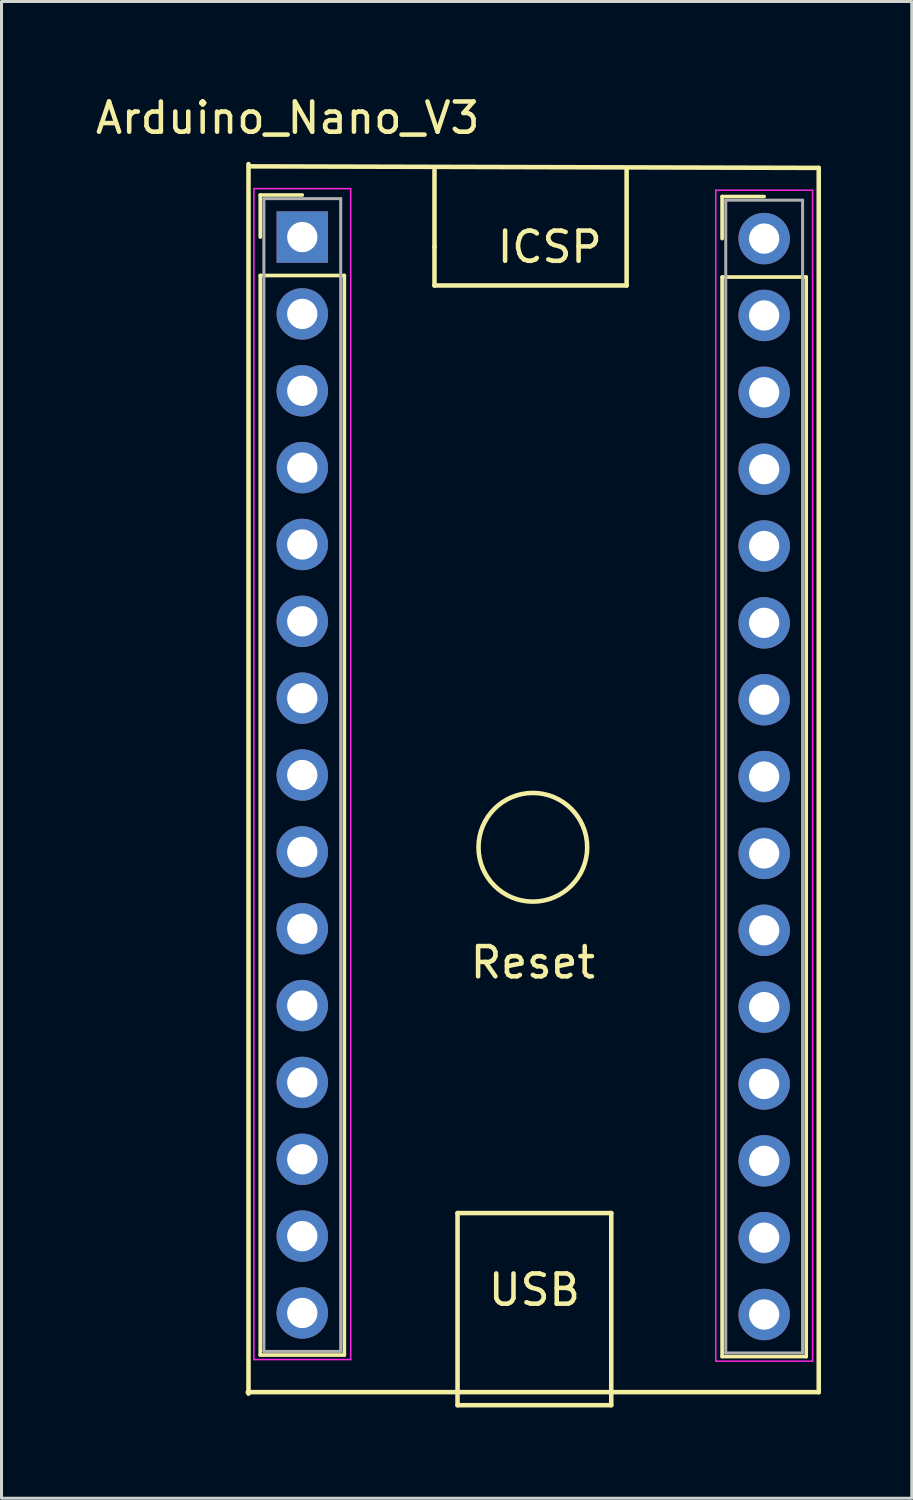
<source format=kicad_pcb>
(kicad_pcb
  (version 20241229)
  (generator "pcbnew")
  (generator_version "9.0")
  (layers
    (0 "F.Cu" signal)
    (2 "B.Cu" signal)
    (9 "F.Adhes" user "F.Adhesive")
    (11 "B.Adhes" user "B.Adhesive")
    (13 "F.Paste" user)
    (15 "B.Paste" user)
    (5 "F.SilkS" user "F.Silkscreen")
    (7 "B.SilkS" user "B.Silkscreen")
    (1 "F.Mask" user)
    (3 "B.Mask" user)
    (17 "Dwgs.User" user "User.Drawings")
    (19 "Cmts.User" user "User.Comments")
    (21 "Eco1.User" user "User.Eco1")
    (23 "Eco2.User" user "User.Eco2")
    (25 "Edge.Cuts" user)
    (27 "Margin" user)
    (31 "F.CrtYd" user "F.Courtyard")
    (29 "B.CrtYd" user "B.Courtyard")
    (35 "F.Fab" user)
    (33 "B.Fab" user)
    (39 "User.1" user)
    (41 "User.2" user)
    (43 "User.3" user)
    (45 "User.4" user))
  (footprint "Arduino_Nano_V3"
    (layer "F.Cu")
    (at 6.941 4.785)
    (property "Reference" "Arduino_Nano_V3" (at -0.483 -3.937 0) (layer "F.SilkS") (effects (font (size 1 1) (thickness 0.15))))
    (attr through_hole)
    (fp_line (start -1.778 38.227) (end -1.778 -2.413) (stroke (width 0.15) (type solid)) (layer "F.SilkS"))
    (fp_line (start -1.753 -2.337) (end 17.069 -2.286) (stroke (width 0.15) (type solid)) (layer "F.SilkS"))
    (fp_line (start -1.39 -1.39) (end 0 -1.39) (stroke (width 0.12) (type solid)) (layer "F.SilkS"))
    (fp_line (start -1.39 0) (end -1.39 -1.39) (stroke (width 0.12) (type solid)) (layer "F.SilkS"))
    (fp_line (start -1.39 1.27) (end -1.39 36.95) (stroke (width 0.12) (type solid)) (layer "F.SilkS"))
    (fp_line (start -1.39 36.95) (end 1.39 36.95) (stroke (width 0.12) (type solid)) (layer "F.SilkS"))
    (fp_line (start 1.39 1.27) (end -1.39 1.27) (stroke (width 0.12) (type solid)) (layer "F.SilkS"))
    (fp_line (start 1.39 36.95) (end 1.39 1.27) (stroke (width 0.12) (type solid)) (layer "F.SilkS"))
    (fp_line (start 4.369 -2.21) (end 4.369 0.33) (stroke (width 0.15) (type solid)) (layer "F.SilkS"))
    (fp_line (start 4.369 0.33) (end 4.369 1.6) (stroke (width 0.15) (type solid)) (layer "F.SilkS"))
    (fp_line (start 4.369 1.6) (end 10.719 1.6) (stroke (width 0.15) (type solid)) (layer "F.SilkS"))
    (fp_line (start 5.131 32.258) (end 10.211 32.258) (stroke (width 0.15) (type solid)) (layer "F.SilkS"))
    (fp_line (start 5.131 38.608) (end 5.131 32.258) (stroke (width 0.15) (type solid)) (layer "F.SilkS"))
    (fp_line (start 10.211 32.258) (end 10.211 38.608) (stroke (width 0.15) (type solid)) (layer "F.SilkS"))
    (fp_line (start 10.211 38.608) (end 5.131 38.608) (stroke (width 0.15) (type solid)) (layer "F.SilkS"))
    (fp_line (start 10.719 1.6) (end 10.719 -2.21) (stroke (width 0.15) (type solid)) (layer "F.SilkS"))
    (fp_line (start 13.875 -1.339) (end 15.265 -1.339) (stroke (width 0.12) (type solid)) (layer "F.SilkS"))
    (fp_line (start 13.875 0.051) (end 13.875 -1.339) (stroke (width 0.12) (type solid)) (layer "F.SilkS"))
    (fp_line (start 13.875 1.321) (end 13.875 37.001) (stroke (width 0.12) (type solid)) (layer "F.SilkS"))
    (fp_line (start 13.875 37.001) (end 16.655 37.001) (stroke (width 0.12) (type solid)) (layer "F.SilkS"))
    (fp_line (start 16.655 1.321) (end 13.875 1.321) (stroke (width 0.12) (type solid)) (layer "F.SilkS"))
    (fp_line (start 16.655 37.001) (end 16.655 1.321) (stroke (width 0.12) (type solid)) (layer "F.SilkS"))
    (fp_line (start 17.069 -2.286) (end 17.069 38.176) (stroke (width 0.15) (type solid)) (layer "F.SilkS"))
    (fp_line (start 17.069 38.176) (end -1.803 38.176) (stroke (width 0.15) (type solid)) (layer "F.SilkS"))
    (fp_circle (center 7.62 20.168) (end 6.35 18.898) (stroke (width 0.15) (type solid)) (fill no) (layer "F.SilkS"))
    (fp_line (start -1.6 -1.6) (end -1.6 37.1) (stroke (width 0.05) (type solid)) (layer "F.CrtYd"))
    (fp_line (start -1.6 37.1) (end 1.6 37.1) (stroke (width 0.05) (type solid)) (layer "F.CrtYd"))
    (fp_line (start 1.6 -1.6) (end -1.6 -1.6) (stroke (width 0.05) (type solid)) (layer "F.CrtYd"))
    (fp_line (start 1.6 37.1) (end 1.6 -1.6) (stroke (width 0.05) (type solid)) (layer "F.CrtYd"))
    (fp_line (start 13.665 -1.549) (end 13.665 37.151) (stroke (width 0.05) (type solid)) (layer "F.CrtYd"))
    (fp_line (start 13.665 37.151) (end 16.865 37.151) (stroke (width 0.05) (type solid)) (layer "F.CrtYd"))
    (fp_line (start 16.865 -1.549) (end 13.665 -1.549) (stroke (width 0.05) (type solid)) (layer "F.CrtYd"))
    (fp_line (start 16.865 37.151) (end 16.865 -1.549) (stroke (width 0.05) (type solid)) (layer "F.CrtYd"))
    (fp_line (start -1.27 -1.27) (end -1.27 36.83) (stroke (width 0.1) (type solid)) (layer "F.Fab"))
    (fp_line (start -1.27 36.83) (end 1.27 36.83) (stroke (width 0.1) (type solid)) (layer "F.Fab"))
    (fp_line (start 1.27 -1.27) (end -1.27 -1.27) (stroke (width 0.1) (type solid)) (layer "F.Fab"))
    (fp_line (start 1.27 36.83) (end 1.27 -1.27) (stroke (width 0.1) (type solid)) (layer "F.Fab"))
    (fp_line (start 13.995 -1.219) (end 13.995 36.881) (stroke (width 0.1) (type solid)) (layer "F.Fab"))
    (fp_line (start 13.995 36.881) (end 16.535 36.881) (stroke (width 0.1) (type solid)) (layer "F.Fab"))
    (fp_line (start 16.535 -1.219) (end 13.995 -1.219) (stroke (width 0.1) (type solid)) (layer "F.Fab"))
    (fp_line (start 16.535 36.881) (end 16.535 -1.219) (stroke (width 0.1) (type solid)) (layer "F.Fab"))
    (fp_text user "USB" (at 7.671 34.798 0) (layer "F.SilkS") (effects (font (size 1 1) (thickness 0.15))))
    (fp_text user "Reset" (at 7.62 23.978 0) (layer "F.SilkS") (effects (font (size 1 1) (thickness 0.15))))
    (fp_text user "ICSP" (at 8.179 0.33 0) (layer "F.SilkS") (effects (font (size 1 1) (thickness 0.15))))
    (pad "1" thru_hole rect (at 0 0) (size 1.7 1.7) (drill 1) (layers "*.Mask" "B.Cu"))
    (pad "2" thru_hole oval (at 0 2.54) (size 1.7 1.7) (drill 1) (layers "*.Mask" "B.Cu"))
    (pad "3" thru_hole oval (at 0 5.08) (size 1.7 1.7) (drill 1) (layers "*.Mask" "B.Cu"))
    (pad "4" thru_hole oval (at 0 7.62) (size 1.7 1.7) (drill 1) (layers "*.Mask" "B.Cu"))
    (pad "5" thru_hole oval (at 0 10.16) (size 1.7 1.7) (drill 1) (layers "*.Mask" "B.Cu"))
    (pad "6" thru_hole oval (at 0 12.7) (size 1.7 1.7) (drill 1) (layers "*.Mask" "B.Cu"))
    (pad "7" thru_hole oval (at 0 15.24) (size 1.7 1.7) (drill 1) (layers "*.Mask" "B.Cu"))
    (pad "8" thru_hole oval (at 0 17.78) (size 1.7 1.7) (drill 1) (layers "*.Mask" "B.Cu"))
    (pad "9" thru_hole oval (at 0 20.32) (size 1.7 1.7) (drill 1) (layers "*.Mask" "B.Cu"))
    (pad "10" thru_hole oval (at 0 22.86) (size 1.7 1.7) (drill 1) (layers "*.Mask" "B.Cu"))
    (pad "11" thru_hole oval (at 0 25.4) (size 1.7 1.7) (drill 1) (layers "*.Mask" "B.Cu"))
    (pad "12" thru_hole oval (at 0 27.94) (size 1.7 1.7) (drill 1) (layers "*.Mask" "B.Cu"))
    (pad "13" thru_hole oval (at 0 30.48) (size 1.7 1.7) (drill 1) (layers "*.Mask" "B.Cu"))
    (pad "14" thru_hole oval (at 0 33.02) (size 1.7 1.7) (drill 1) (layers "*.Mask" "B.Cu"))
    (pad "15" thru_hole oval (at 0 35.56) (size 1.7 1.7) (drill 1) (layers "*.Mask" "B.Cu"))
    (pad "16" thru_hole circle (at 15.265 35.611) (size 1.7 1.7) (drill 1) (layers "*.Mask" "B.Cu"))
    (pad "17" thru_hole oval (at 15.265 33.071) (size 1.7 1.7) (drill 1) (layers "*.Mask" "B.Cu"))
    (pad "18" thru_hole oval (at 15.265 30.531) (size 1.7 1.7) (drill 1) (layers "*.Mask" "B.Cu"))
    (pad "19" thru_hole oval (at 15.265 27.991) (size 1.7 1.7) (drill 1) (layers "*.Mask" "B.Cu"))
    (pad "20" thru_hole oval (at 15.265 25.451) (size 1.7 1.7) (drill 1) (layers "*.Mask" "B.Cu"))
    (pad "21" thru_hole oval (at 15.265 22.911) (size 1.7 1.7) (drill 1) (layers "*.Mask" "B.Cu"))
    (pad "22" thru_hole oval (at 15.265 20.371) (size 1.7 1.7) (drill 1) (layers "*.Mask" "B.Cu"))
    (pad "23" thru_hole oval (at 15.265 17.831) (size 1.7 1.7) (drill 1) (layers "*.Mask" "B.Cu"))
    (pad "24" thru_hole oval (at 15.265 15.291) (size 1.7 1.7) (drill 1) (layers "*.Mask" "B.Cu"))
    (pad "25" thru_hole oval (at 15.265 12.751) (size 1.7 1.7) (drill 1) (layers "*.Mask" "B.Cu"))
    (pad "26" thru_hole oval (at 15.265 10.211) (size 1.7 1.7) (drill 1) (layers "*.Mask" "B.Cu"))
    (pad "27" thru_hole oval (at 15.265 7.671) (size 1.7 1.7) (drill 1) (layers "*.Mask" "B.Cu"))
    (pad "28" thru_hole oval (at 15.265 5.131) (size 1.7 1.7) (drill 1) (layers "*.Mask" "B.Cu"))
    (pad "29" thru_hole oval (at 15.265 2.591) (size 1.7 1.7) (drill 1) (layers "*.Mask" "B.Cu"))
    (pad "30" thru_hole circle (at 15.265 0.051) (size 1.7 1.7) (drill 1) (layers "*.Mask" "B.Cu")))
  (gr_rect
    (start -3 -3)
    (end 27.085 46.468)
    (stroke (width 0.1) (type default))
    (fill no)
    (layer "Edge.Cuts")))
</source>
